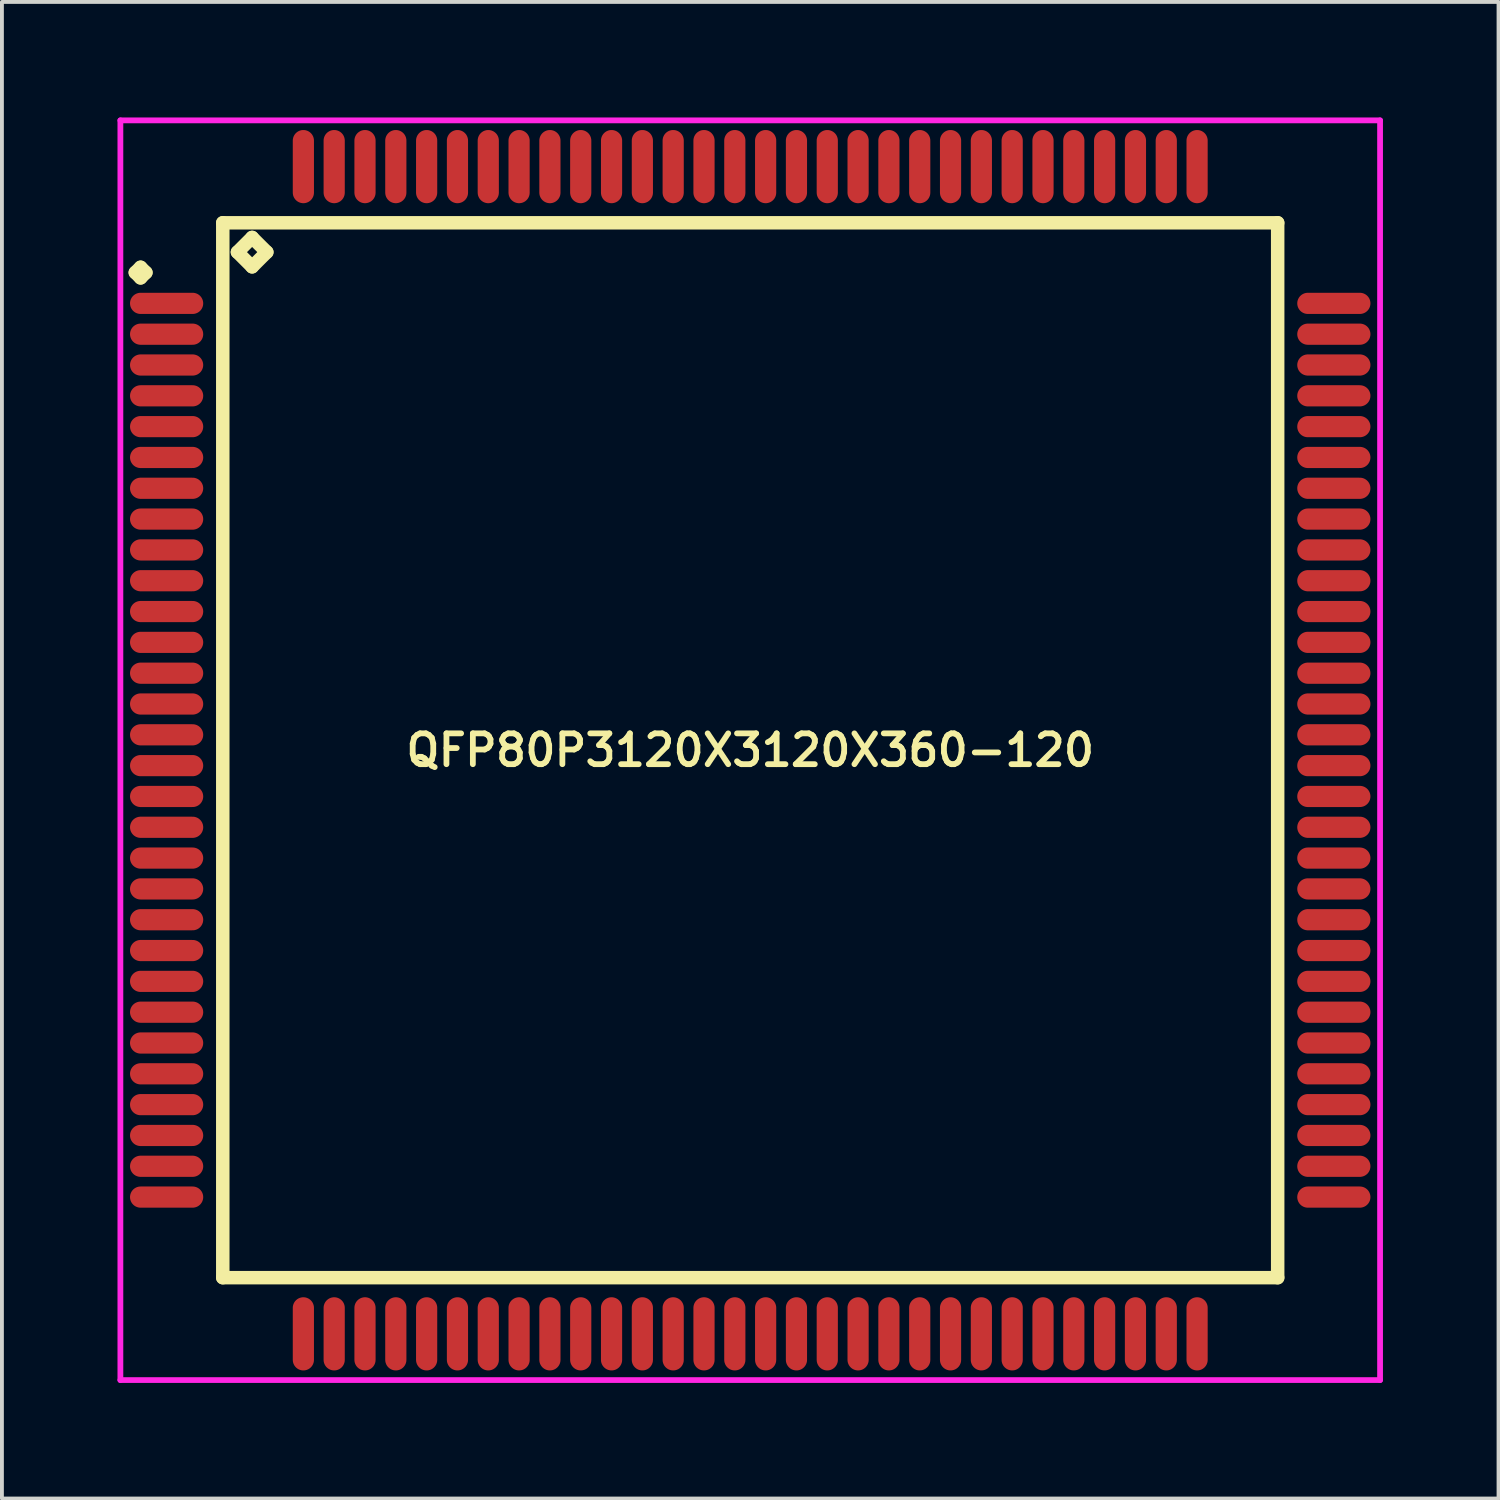
<source format=kicad_pcb>
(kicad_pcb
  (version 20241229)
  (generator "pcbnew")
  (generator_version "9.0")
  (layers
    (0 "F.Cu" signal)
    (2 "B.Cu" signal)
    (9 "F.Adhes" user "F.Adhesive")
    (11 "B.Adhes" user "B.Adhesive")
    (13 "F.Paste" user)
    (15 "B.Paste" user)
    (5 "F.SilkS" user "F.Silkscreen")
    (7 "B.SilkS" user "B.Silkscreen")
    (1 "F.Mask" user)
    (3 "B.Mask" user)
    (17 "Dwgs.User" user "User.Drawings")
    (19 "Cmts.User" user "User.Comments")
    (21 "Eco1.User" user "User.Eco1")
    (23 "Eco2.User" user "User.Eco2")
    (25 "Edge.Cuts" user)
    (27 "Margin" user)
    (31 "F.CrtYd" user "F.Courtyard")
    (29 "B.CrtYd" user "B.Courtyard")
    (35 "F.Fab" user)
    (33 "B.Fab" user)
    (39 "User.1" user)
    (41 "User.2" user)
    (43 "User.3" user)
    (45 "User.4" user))
  (footprint "QFP80P3120X3120X360-120"
    (layer "F.Cu")
    (at 16.425 16.425)
    (property "Reference" "QFP80P3120X3120X360-120" (at 0 0 0) (layer "F.SilkS") (effects (font (size 0.8 0.8) (thickness 0.15))))
    (attr smd)
    (fp_line (start -15.963 -12.4) (end -15.825 -12.537) (stroke (width 0.35) (type solid)) (layer "F.SilkS"))
    (fp_line (start -15.825 -12.537) (end -15.688 -12.4) (stroke (width 0.35) (type solid)) (layer "F.SilkS"))
    (fp_line (start -15.825 -12.262) (end -15.963 -12.4) (stroke (width 0.35) (type solid)) (layer "F.SilkS"))
    (fp_line (start -15.688 -12.4) (end -15.825 -12.262) (stroke (width 0.35) (type solid)) (layer "F.SilkS"))
    (fp_line (start -13.692 -13.692) (end -13.692 13.692) (stroke (width 0.35) (type solid)) (layer "F.SilkS"))
    (fp_line (start -13.692 13.692) (end 13.692 13.692) (stroke (width 0.35) (type solid)) (layer "F.SilkS"))
    (fp_line (start -13.311 -12.93) (end -12.93 -13.311) (stroke (width 0.35) (type solid)) (layer "F.SilkS"))
    (fp_line (start -12.93 -13.311) (end -12.549 -12.93) (stroke (width 0.35) (type solid)) (layer "F.SilkS"))
    (fp_line (start -12.93 -12.549) (end -13.311 -12.93) (stroke (width 0.35) (type solid)) (layer "F.SilkS"))
    (fp_line (start -12.549 -12.93) (end -12.93 -12.549) (stroke (width 0.35) (type solid)) (layer "F.SilkS"))
    (fp_line (start 13.692 -13.692) (end -13.692 -13.692) (stroke (width 0.35) (type solid)) (layer "F.SilkS"))
    (fp_line (start 13.692 13.692) (end 13.692 -13.692) (stroke (width 0.35) (type solid)) (layer "F.SilkS"))
    (fp_line (start -16.35 -16.35) (end 16.35 -16.35) (stroke (width 0.15) (type solid)) (layer "F.CrtYd"))
    (fp_line (start -16.35 16.35) (end -16.35 -16.35) (stroke (width 0.15) (type solid)) (layer "F.CrtYd"))
    (fp_line (start 16.35 -16.35) (end 16.35 16.35) (stroke (width 0.15) (type solid)) (layer "F.CrtYd"))
    (fp_line (start 16.35 16.35) (end -16.35 16.35) (stroke (width 0.15) (type solid)) (layer "F.CrtYd"))
    (pad "1" smd oval (at -15.15 -11.6) (size 1.9 0.55) (layers "F.Cu" "F.Mask" "F.Paste"))
    (pad "2" smd oval (at -15.15 -10.8) (size 1.9 0.55) (layers "F.Cu" "F.Mask" "F.Paste"))
    (pad "3" smd oval (at -15.15 -10) (size 1.9 0.55) (layers "F.Cu" "F.Mask" "F.Paste"))
    (pad "4" smd oval (at -15.15 -9.2) (size 1.9 0.55) (layers "F.Cu" "F.Mask" "F.Paste"))
    (pad "5" smd oval (at -15.15 -8.4) (size 1.9 0.55) (layers "F.Cu" "F.Mask" "F.Paste"))
    (pad "6" smd oval (at -15.15 -7.6) (size 1.9 0.55) (layers "F.Cu" "F.Mask" "F.Paste"))
    (pad "7" smd oval (at -15.15 -6.8) (size 1.9 0.55) (layers "F.Cu" "F.Mask" "F.Paste"))
    (pad "8" smd oval (at -15.15 -6) (size 1.9 0.55) (layers "F.Cu" "F.Mask" "F.Paste"))
    (pad "9" smd oval (at -15.15 -5.2) (size 1.9 0.55) (layers "F.Cu" "F.Mask" "F.Paste"))
    (pad "10" smd oval (at -15.15 -4.4) (size 1.9 0.55) (layers "F.Cu" "F.Mask" "F.Paste"))
    (pad "11" smd oval (at -15.15 -3.6) (size 1.9 0.55) (layers "F.Cu" "F.Mask" "F.Paste"))
    (pad "12" smd oval (at -15.15 -2.8) (size 1.9 0.55) (layers "F.Cu" "F.Mask" "F.Paste"))
    (pad "13" smd oval (at -15.15 -2) (size 1.9 0.55) (layers "F.Cu" "F.Mask" "F.Paste"))
    (pad "14" smd oval (at -15.15 -1.2) (size 1.9 0.55) (layers "F.Cu" "F.Mask" "F.Paste"))
    (pad "15" smd oval (at -15.15 -0.4) (size 1.9 0.55) (layers "F.Cu" "F.Mask" "F.Paste"))
    (pad "16" smd oval (at -15.15 0.4) (size 1.9 0.55) (layers "F.Cu" "F.Mask" "F.Paste"))
    (pad "17" smd oval (at -15.15 1.2) (size 1.9 0.55) (layers "F.Cu" "F.Mask" "F.Paste"))
    (pad "18" smd oval (at -15.15 2) (size 1.9 0.55) (layers "F.Cu" "F.Mask" "F.Paste"))
    (pad "19" smd oval (at -15.15 2.8) (size 1.9 0.55) (layers "F.Cu" "F.Mask" "F.Paste"))
    (pad "20" smd oval (at -15.15 3.6) (size 1.9 0.55) (layers "F.Cu" "F.Mask" "F.Paste"))
    (pad "21" smd oval (at -15.15 4.4) (size 1.9 0.55) (layers "F.Cu" "F.Mask" "F.Paste"))
    (pad "22" smd oval (at -15.15 5.2) (size 1.9 0.55) (layers "F.Cu" "F.Mask" "F.Paste"))
    (pad "23" smd oval (at -15.15 6) (size 1.9 0.55) (layers "F.Cu" "F.Mask" "F.Paste"))
    (pad "24" smd oval (at -15.15 6.8) (size 1.9 0.55) (layers "F.Cu" "F.Mask" "F.Paste"))
    (pad "25" smd oval (at -15.15 7.6) (size 1.9 0.55) (layers "F.Cu" "F.Mask" "F.Paste"))
    (pad "26" smd oval (at -15.15 8.4) (size 1.9 0.55) (layers "F.Cu" "F.Mask" "F.Paste"))
    (pad "27" smd oval (at -15.15 9.2) (size 1.9 0.55) (layers "F.Cu" "F.Mask" "F.Paste"))
    (pad "28" smd oval (at -15.15 10) (size 1.9 0.55) (layers "F.Cu" "F.Mask" "F.Paste"))
    (pad "29" smd oval (at -15.15 10.8) (size 1.9 0.55) (layers "F.Cu" "F.Mask" "F.Paste"))
    (pad "30" smd oval (at -15.15 11.6) (size 1.9 0.55) (layers "F.Cu" "F.Mask" "F.Paste"))
    (pad "31" smd oval (at -11.6 15.15) (size 0.55 1.9) (layers "F.Cu" "F.Mask" "F.Paste"))
    (pad "32" smd oval (at -10.8 15.15) (size 0.55 1.9) (layers "F.Cu" "F.Mask" "F.Paste"))
    (pad "33" smd oval (at -10 15.15) (size 0.55 1.9) (layers "F.Cu" "F.Mask" "F.Paste"))
    (pad "34" smd oval (at -9.2 15.15) (size 0.55 1.9) (layers "F.Cu" "F.Mask" "F.Paste"))
    (pad "35" smd oval (at -8.4 15.15) (size 0.55 1.9) (layers "F.Cu" "F.Mask" "F.Paste"))
    (pad "36" smd oval (at -7.6 15.15) (size 0.55 1.9) (layers "F.Cu" "F.Mask" "F.Paste"))
    (pad "37" smd oval (at -6.8 15.15) (size 0.55 1.9) (layers "F.Cu" "F.Mask" "F.Paste"))
    (pad "38" smd oval (at -6 15.15) (size 0.55 1.9) (layers "F.Cu" "F.Mask" "F.Paste"))
    (pad "39" smd oval (at -5.2 15.15) (size 0.55 1.9) (layers "F.Cu" "F.Mask" "F.Paste"))
    (pad "40" smd oval (at -4.4 15.15) (size 0.55 1.9) (layers "F.Cu" "F.Mask" "F.Paste"))
    (pad "41" smd oval (at -3.6 15.15) (size 0.55 1.9) (layers "F.Cu" "F.Mask" "F.Paste"))
    (pad "42" smd oval (at -2.8 15.15) (size 0.55 1.9) (layers "F.Cu" "F.Mask" "F.Paste"))
    (pad "43" smd oval (at -2 15.15) (size 0.55 1.9) (layers "F.Cu" "F.Mask" "F.Paste"))
    (pad "44" smd oval (at -1.2 15.15) (size 0.55 1.9) (layers "F.Cu" "F.Mask" "F.Paste"))
    (pad "45" smd oval (at -0.4 15.15) (size 0.55 1.9) (layers "F.Cu" "F.Mask" "F.Paste"))
    (pad "46" smd oval (at 0.4 15.15) (size 0.55 1.9) (layers "F.Cu" "F.Mask" "F.Paste"))
    (pad "47" smd oval (at 1.2 15.15) (size 0.55 1.9) (layers "F.Cu" "F.Mask" "F.Paste"))
    (pad "48" smd oval (at 2 15.15) (size 0.55 1.9) (layers "F.Cu" "F.Mask" "F.Paste"))
    (pad "49" smd oval (at 2.8 15.15) (size 0.55 1.9) (layers "F.Cu" "F.Mask" "F.Paste"))
    (pad "50" smd oval (at 3.6 15.15) (size 0.55 1.9) (layers "F.Cu" "F.Mask" "F.Paste"))
    (pad "51" smd oval (at 4.4 15.15) (size 0.55 1.9) (layers "F.Cu" "F.Mask" "F.Paste"))
    (pad "52" smd oval (at 5.2 15.15) (size 0.55 1.9) (layers "F.Cu" "F.Mask" "F.Paste"))
    (pad "53" smd oval (at 6 15.15) (size 0.55 1.9) (layers "F.Cu" "F.Mask" "F.Paste"))
    (pad "54" smd oval (at 6.8 15.15) (size 0.55 1.9) (layers "F.Cu" "F.Mask" "F.Paste"))
    (pad "55" smd oval (at 7.6 15.15) (size 0.55 1.9) (layers "F.Cu" "F.Mask" "F.Paste"))
    (pad "56" smd oval (at 8.4 15.15) (size 0.55 1.9) (layers "F.Cu" "F.Mask" "F.Paste"))
    (pad "57" smd oval (at 9.2 15.15) (size 0.55 1.9) (layers "F.Cu" "F.Mask" "F.Paste"))
    (pad "58" smd oval (at 10 15.15) (size 0.55 1.9) (layers "F.Cu" "F.Mask" "F.Paste"))
    (pad "59" smd oval (at 10.8 15.15) (size 0.55 1.9) (layers "F.Cu" "F.Mask" "F.Paste"))
    (pad "60" smd oval (at 11.6 15.15) (size 0.55 1.9) (layers "F.Cu" "F.Mask" "F.Paste"))
    (pad "61" smd oval (at 15.15 11.6) (size 1.9 0.55) (layers "F.Cu" "F.Mask" "F.Paste"))
    (pad "62" smd oval (at 15.15 10.8) (size 1.9 0.55) (layers "F.Cu" "F.Mask" "F.Paste"))
    (pad "63" smd oval (at 15.15 10) (size 1.9 0.55) (layers "F.Cu" "F.Mask" "F.Paste"))
    (pad "64" smd oval (at 15.15 9.2) (size 1.9 0.55) (layers "F.Cu" "F.Mask" "F.Paste"))
    (pad "65" smd oval (at 15.15 8.4) (size 1.9 0.55) (layers "F.Cu" "F.Mask" "F.Paste"))
    (pad "66" smd oval (at 15.15 7.6) (size 1.9 0.55) (layers "F.Cu" "F.Mask" "F.Paste"))
    (pad "67" smd oval (at 15.15 6.8) (size 1.9 0.55) (layers "F.Cu" "F.Mask" "F.Paste"))
    (pad "68" smd oval (at 15.15 6) (size 1.9 0.55) (layers "F.Cu" "F.Mask" "F.Paste"))
    (pad "69" smd oval (at 15.15 5.2) (size 1.9 0.55) (layers "F.Cu" "F.Mask" "F.Paste"))
    (pad "70" smd oval (at 15.15 4.4) (size 1.9 0.55) (layers "F.Cu" "F.Mask" "F.Paste"))
    (pad "71" smd oval (at 15.15 3.6) (size 1.9 0.55) (layers "F.Cu" "F.Mask" "F.Paste"))
    (pad "72" smd oval (at 15.15 2.8) (size 1.9 0.55) (layers "F.Cu" "F.Mask" "F.Paste"))
    (pad "73" smd oval (at 15.15 2) (size 1.9 0.55) (layers "F.Cu" "F.Mask" "F.Paste"))
    (pad "74" smd oval (at 15.15 1.2) (size 1.9 0.55) (layers "F.Cu" "F.Mask" "F.Paste"))
    (pad "75" smd oval (at 15.15 0.4) (size 1.9 0.55) (layers "F.Cu" "F.Mask" "F.Paste"))
    (pad "76" smd oval (at 15.15 -0.4) (size 1.9 0.55) (layers "F.Cu" "F.Mask" "F.Paste"))
    (pad "77" smd oval (at 15.15 -1.2) (size 1.9 0.55) (layers "F.Cu" "F.Mask" "F.Paste"))
    (pad "78" smd oval (at 15.15 -2) (size 1.9 0.55) (layers "F.Cu" "F.Mask" "F.Paste"))
    (pad "79" smd oval (at 15.15 -2.8) (size 1.9 0.55) (layers "F.Cu" "F.Mask" "F.Paste"))
    (pad "80" smd oval (at 15.15 -3.6) (size 1.9 0.55) (layers "F.Cu" "F.Mask" "F.Paste"))
    (pad "81" smd oval (at 15.15 -4.4) (size 1.9 0.55) (layers "F.Cu" "F.Mask" "F.Paste"))
    (pad "82" smd oval (at 15.15 -5.2) (size 1.9 0.55) (layers "F.Cu" "F.Mask" "F.Paste"))
    (pad "83" smd oval (at 15.15 -6) (size 1.9 0.55) (layers "F.Cu" "F.Mask" "F.Paste"))
    (pad "84" smd oval (at 15.15 -6.8) (size 1.9 0.55) (layers "F.Cu" "F.Mask" "F.Paste"))
    (pad "85" smd oval (at 15.15 -7.6) (size 1.9 0.55) (layers "F.Cu" "F.Mask" "F.Paste"))
    (pad "86" smd oval (at 15.15 -8.4) (size 1.9 0.55) (layers "F.Cu" "F.Mask" "F.Paste"))
    (pad "87" smd oval (at 15.15 -9.2) (size 1.9 0.55) (layers "F.Cu" "F.Mask" "F.Paste"))
    (pad "88" smd oval (at 15.15 -10) (size 1.9 0.55) (layers "F.Cu" "F.Mask" "F.Paste"))
    (pad "89" smd oval (at 15.15 -10.8) (size 1.9 0.55) (layers "F.Cu" "F.Mask" "F.Paste"))
    (pad "90" smd oval (at 15.15 -11.6) (size 1.9 0.55) (layers "F.Cu" "F.Mask" "F.Paste"))
    (pad "91" smd oval (at 11.6 -15.15) (size 0.55 1.9) (layers "F.Cu" "F.Mask" "F.Paste"))
    (pad "92" smd oval (at 10.8 -15.15) (size 0.55 1.9) (layers "F.Cu" "F.Mask" "F.Paste"))
    (pad "93" smd oval (at 10 -15.15) (size 0.55 1.9) (layers "F.Cu" "F.Mask" "F.Paste"))
    (pad "94" smd oval (at 9.2 -15.15) (size 0.55 1.9) (layers "F.Cu" "F.Mask" "F.Paste"))
    (pad "95" smd oval (at 8.4 -15.15) (size 0.55 1.9) (layers "F.Cu" "F.Mask" "F.Paste"))
    (pad "96" smd oval (at 7.6 -15.15) (size 0.55 1.9) (layers "F.Cu" "F.Mask" "F.Paste"))
    (pad "97" smd oval (at 6.8 -15.15) (size 0.55 1.9) (layers "F.Cu" "F.Mask" "F.Paste"))
    (pad "98" smd oval (at 6 -15.15) (size 0.55 1.9) (layers "F.Cu" "F.Mask" "F.Paste"))
    (pad "99" smd oval (at 5.2 -15.15) (size 0.55 1.9) (layers "F.Cu" "F.Mask" "F.Paste"))
    (pad "100" smd oval (at 4.4 -15.15) (size 0.55 1.9) (layers "F.Cu" "F.Mask" "F.Paste"))
    (pad "101" smd oval (at 3.6 -15.15) (size 0.55 1.9) (layers "F.Cu" "F.Mask" "F.Paste"))
    (pad "102" smd oval (at 2.8 -15.15) (size 0.55 1.9) (layers "F.Cu" "F.Mask" "F.Paste"))
    (pad "103" smd oval (at 2 -15.15) (size 0.55 1.9) (layers "F.Cu" "F.Mask" "F.Paste"))
    (pad "104" smd oval (at 1.2 -15.15) (size 0.55 1.9) (layers "F.Cu" "F.Mask" "F.Paste"))
    (pad "105" smd oval (at 0.4 -15.15) (size 0.55 1.9) (layers "F.Cu" "F.Mask" "F.Paste"))
    (pad "106" smd oval (at -0.4 -15.15) (size 0.55 1.9) (layers "F.Cu" "F.Mask" "F.Paste"))
    (pad "107" smd oval (at -1.2 -15.15) (size 0.55 1.9) (layers "F.Cu" "F.Mask" "F.Paste"))
    (pad "108" smd oval (at -2 -15.15) (size 0.55 1.9) (layers "F.Cu" "F.Mask" "F.Paste"))
    (pad "109" smd oval (at -2.8 -15.15) (size 0.55 1.9) (layers "F.Cu" "F.Mask" "F.Paste"))
    (pad "110" smd oval (at -3.6 -15.15) (size 0.55 1.9) (layers "F.Cu" "F.Mask" "F.Paste"))
    (pad "111" smd oval (at -4.4 -15.15) (size 0.55 1.9) (layers "F.Cu" "F.Mask" "F.Paste"))
    (pad "112" smd oval (at -5.2 -15.15) (size 0.55 1.9) (layers "F.Cu" "F.Mask" "F.Paste"))
    (pad "113" smd oval (at -6 -15.15) (size 0.55 1.9) (layers "F.Cu" "F.Mask" "F.Paste"))
    (pad "114" smd oval (at -6.8 -15.15) (size 0.55 1.9) (layers "F.Cu" "F.Mask" "F.Paste"))
    (pad "115" smd oval (at -7.6 -15.15) (size 0.55 1.9) (layers "F.Cu" "F.Mask" "F.Paste"))
    (pad "116" smd oval (at -8.4 -15.15) (size 0.55 1.9) (layers "F.Cu" "F.Mask" "F.Paste"))
    (pad "117" smd oval (at -9.2 -15.15) (size 0.55 1.9) (layers "F.Cu" "F.Mask" "F.Paste"))
    (pad "118" smd oval (at -10 -15.15) (size 0.55 1.9) (layers "F.Cu" "F.Mask" "F.Paste"))
    (pad "119" smd oval (at -10.8 -15.15) (size 0.55 1.9) (layers "F.Cu" "F.Mask" "F.Paste"))
    (pad "120" smd oval (at -11.6 -15.15) (size 0.55 1.9) (layers "F.Cu" "F.Mask" "F.Paste")))
  (gr_rect
    (start -3 -3)
    (end 35.85 35.85)
    (stroke (width 0.1) (type default))
    (fill no)
    (layer "Edge.Cuts")))
</source>
